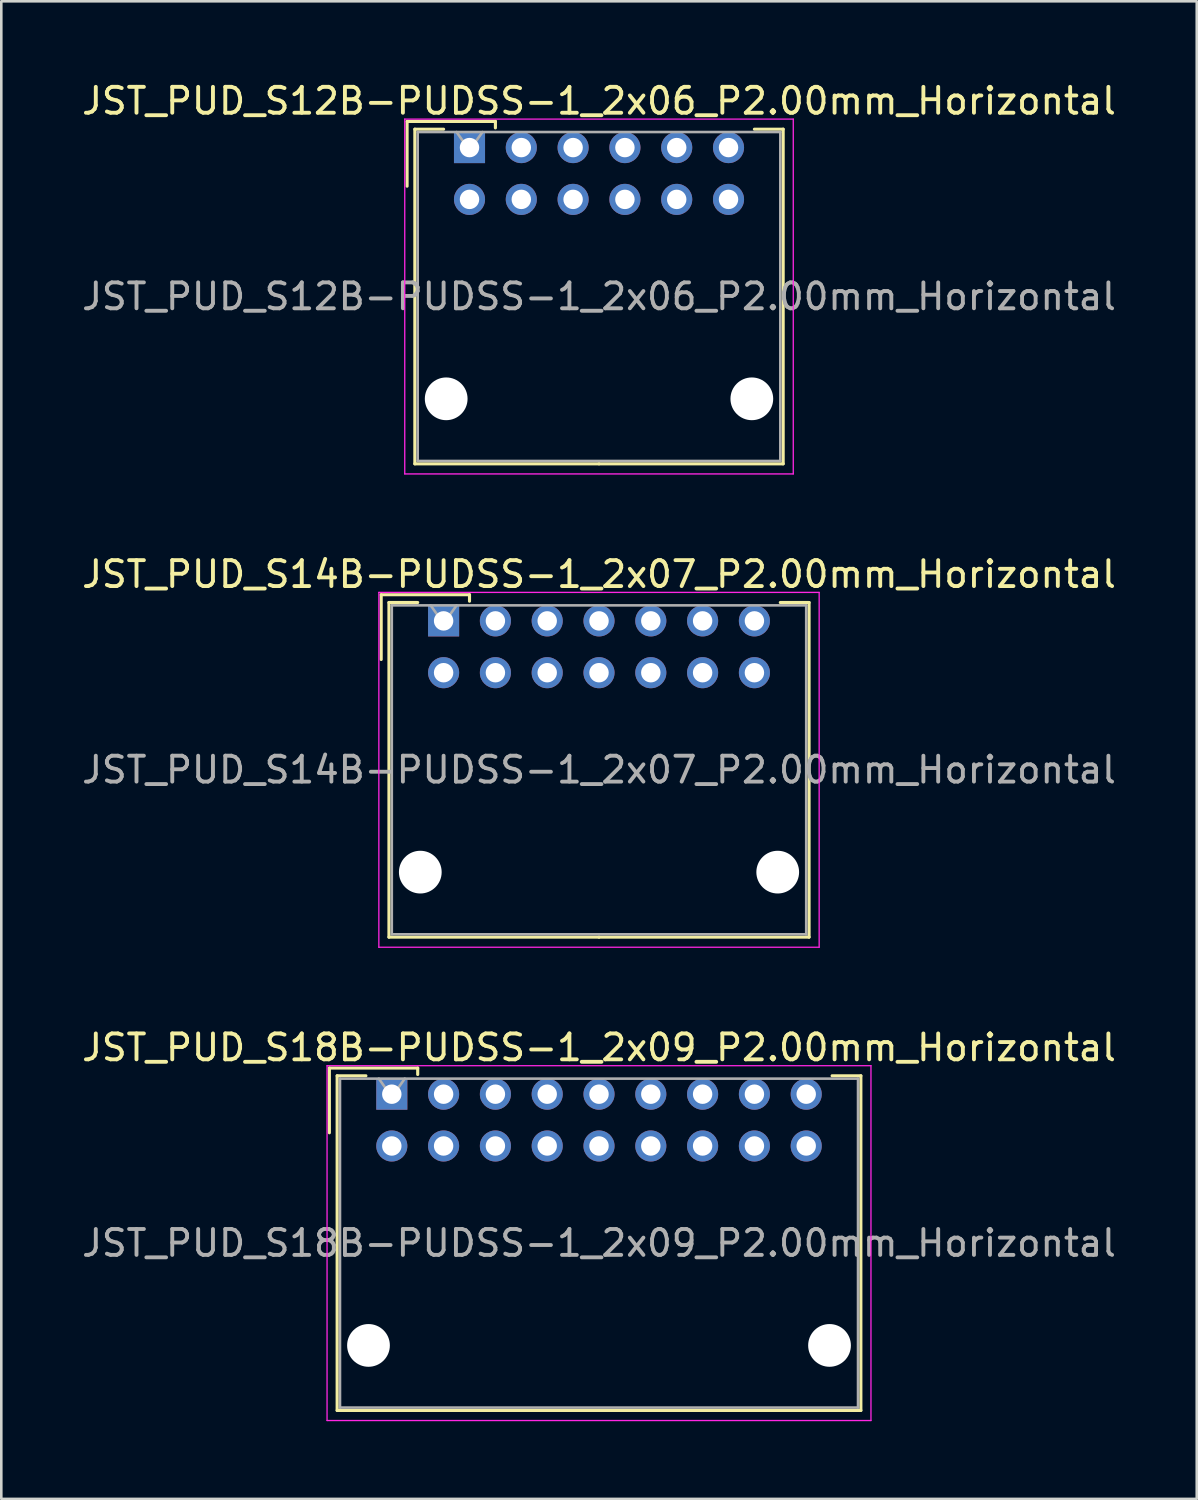
<source format=kicad_pcb>
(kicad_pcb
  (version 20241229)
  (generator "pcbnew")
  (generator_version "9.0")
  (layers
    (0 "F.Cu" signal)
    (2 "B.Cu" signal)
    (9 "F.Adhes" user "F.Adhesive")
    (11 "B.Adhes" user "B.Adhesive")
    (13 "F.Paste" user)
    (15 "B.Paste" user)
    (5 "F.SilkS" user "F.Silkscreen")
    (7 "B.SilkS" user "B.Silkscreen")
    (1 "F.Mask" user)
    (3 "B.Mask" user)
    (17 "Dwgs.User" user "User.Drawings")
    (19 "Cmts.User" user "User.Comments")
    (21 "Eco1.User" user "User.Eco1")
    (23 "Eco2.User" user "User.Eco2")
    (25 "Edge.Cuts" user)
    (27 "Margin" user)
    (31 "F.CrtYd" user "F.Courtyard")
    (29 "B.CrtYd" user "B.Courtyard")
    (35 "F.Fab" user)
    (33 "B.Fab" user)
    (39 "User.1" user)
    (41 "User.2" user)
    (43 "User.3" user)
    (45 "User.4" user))
  (footprint "JST_PUD_S12B-PUDSS-1_2x06_P2.00mm_Horizontal"
    (layer "F.Cu")
    (at 15.077 2.648)
    (property "Reference" "JST_PUD_S12B-PUDSS-1_2x06_P2.00mm_Horizontal" (at 5 -1.8 0) (layer "F.SilkS") (effects (font (size 1 1) (thickness 0.15))))
    (attr through_hole)
    (fp_line (start -2.41 -1.01) (end -2.41 1.49) (stroke (width 0.12) (type solid)) (layer "F.SilkS"))
    (fp_line (start -2.11 -0.71) (end -2.11 12.21) (stroke (width 0.12) (type solid)) (layer "F.SilkS"))
    (fp_line (start -2.11 12.21) (end 5 12.21) (stroke (width 0.12) (type solid)) (layer "F.SilkS"))
    (fp_line (start -1 -0.71) (end -2.11 -0.71) (stroke (width 0.12) (type solid)) (layer "F.SilkS"))
    (fp_line (start 1 -1.01) (end -2.41 -1.01) (stroke (width 0.12) (type solid)) (layer "F.SilkS"))
    (fp_line (start 1 -0.76) (end 1 -1.01) (stroke (width 0.12) (type solid)) (layer "F.SilkS"))
    (fp_line (start 11 -0.71) (end 12.11 -0.71) (stroke (width 0.12) (type solid)) (layer "F.SilkS"))
    (fp_line (start 12.11 -0.71) (end 12.11 12.21) (stroke (width 0.12) (type solid)) (layer "F.SilkS"))
    (fp_line (start 12.11 12.21) (end 5 12.21) (stroke (width 0.12) (type solid)) (layer "F.SilkS"))
    (fp_line (start -2.5 -1.1) (end -2.5 12.6) (stroke (width 0.05) (type solid)) (layer "F.CrtYd"))
    (fp_line (start -2.5 12.6) (end 12.5 12.6) (stroke (width 0.05) (type solid)) (layer "F.CrtYd"))
    (fp_line (start 12.5 -1.1) (end -2.5 -1.1) (stroke (width 0.05) (type solid)) (layer "F.CrtYd"))
    (fp_line (start 12.5 12.6) (end 12.5 -1.1) (stroke (width 0.05) (type solid)) (layer "F.CrtYd"))
    (fp_line (start -2 -0.6) (end -2 12.1) (stroke (width 0.1) (type solid)) (layer "F.Fab"))
    (fp_line (start -2 12.1) (end 12 12.1) (stroke (width 0.1) (type solid)) (layer "F.Fab"))
    (fp_line (start 0 0.107) (end -0.5 -0.6) (stroke (width 0.1) (type solid)) (layer "F.Fab"))
    (fp_line (start 0.5 -0.6) (end 0 0.107) (stroke (width 0.1) (type solid)) (layer "F.Fab"))
    (fp_line (start 12 -0.6) (end -2 -0.6) (stroke (width 0.1) (type solid)) (layer "F.Fab"))
    (fp_line (start 12 12.1) (end 12 -0.6) (stroke (width 0.1) (type solid)) (layer "F.Fab"))
    (fp_text user "${REFERENCE}" (at 5 5.75 0) (layer "F.Fab") (effects (font (size 1 1) (thickness 0.15))))
    (pad "" np_thru_hole circle (at -0.9 9.7) (size 1.65 1.65) (drill 1.65) (layers "*.Cu" "*.Mask"))
    (pad "" np_thru_hole circle (at 10.9 9.7) (size 1.65 1.65) (drill 1.65) (layers "*.Cu" "*.Mask"))
    (pad "1" thru_hole rect (at 0 0) (size 1.2 1.2) (drill 0.75) (layers "*.Cu" "*.Mask"))
    (pad "2" thru_hole oval (at 0 2) (size 1.2 1.2) (drill 0.75) (layers "*.Cu" "*.Mask"))
    (pad "3" thru_hole oval (at 2 0) (size 1.2 1.2) (drill 0.75) (layers "*.Cu" "*.Mask"))
    (pad "4" thru_hole oval (at 2 2) (size 1.2 1.2) (drill 0.75) (layers "*.Cu" "*.Mask"))
    (pad "5" thru_hole oval (at 4 0) (size 1.2 1.2) (drill 0.75) (layers "*.Cu" "*.Mask"))
    (pad "6" thru_hole oval (at 4 2) (size 1.2 1.2) (drill 0.75) (layers "*.Cu" "*.Mask"))
    (pad "7" thru_hole oval (at 6 0) (size 1.2 1.2) (drill 0.75) (layers "*.Cu" "*.Mask"))
    (pad "8" thru_hole oval (at 6 2) (size 1.2 1.2) (drill 0.75) (layers "*.Cu" "*.Mask"))
    (pad "9" thru_hole oval (at 8 0) (size 1.2 1.2) (drill 0.75) (layers "*.Cu" "*.Mask"))
    (pad "10" thru_hole oval (at 8 2) (size 1.2 1.2) (drill 0.75) (layers "*.Cu" "*.Mask"))
    (pad "11" thru_hole oval (at 10 0) (size 1.2 1.2) (drill 0.75) (layers "*.Cu" "*.Mask"))
    (pad "12" thru_hole oval (at 10 2) (size 1.2 1.2) (drill 0.75) (layers "*.Cu" "*.Mask")))
  (footprint "JST_PUD_S18B-PUDSS-1_2x09_P2.00mm_Horizontal"
    (layer "F.Cu")
    (at 12.077 39.195)
    (property "Reference" "JST_PUD_S18B-PUDSS-1_2x09_P2.00mm_Horizontal" (at 8 -1.8 0) (layer "F.SilkS") (effects (font (size 1 1) (thickness 0.15))))
    (attr through_hole)
    (fp_line (start -2.41 -1.01) (end -2.41 1.49) (stroke (width 0.12) (type solid)) (layer "F.SilkS"))
    (fp_line (start -2.11 -0.71) (end -2.11 12.21) (stroke (width 0.12) (type solid)) (layer "F.SilkS"))
    (fp_line (start -2.11 12.21) (end 8 12.21) (stroke (width 0.12) (type solid)) (layer "F.SilkS"))
    (fp_line (start -1 -0.71) (end -2.11 -0.71) (stroke (width 0.12) (type solid)) (layer "F.SilkS"))
    (fp_line (start 1 -1.01) (end -2.41 -1.01) (stroke (width 0.12) (type solid)) (layer "F.SilkS"))
    (fp_line (start 1 -0.76) (end 1 -1.01) (stroke (width 0.12) (type solid)) (layer "F.SilkS"))
    (fp_line (start 17 -0.71) (end 18.11 -0.71) (stroke (width 0.12) (type solid)) (layer "F.SilkS"))
    (fp_line (start 18.11 -0.71) (end 18.11 12.21) (stroke (width 0.12) (type solid)) (layer "F.SilkS"))
    (fp_line (start 18.11 12.21) (end 8 12.21) (stroke (width 0.12) (type solid)) (layer "F.SilkS"))
    (fp_line (start -2.5 -1.1) (end -2.5 12.6) (stroke (width 0.05) (type solid)) (layer "F.CrtYd"))
    (fp_line (start -2.5 12.6) (end 18.5 12.6) (stroke (width 0.05) (type solid)) (layer "F.CrtYd"))
    (fp_line (start 18.5 -1.1) (end -2.5 -1.1) (stroke (width 0.05) (type solid)) (layer "F.CrtYd"))
    (fp_line (start 18.5 12.6) (end 18.5 -1.1) (stroke (width 0.05) (type solid)) (layer "F.CrtYd"))
    (fp_line (start -2 -0.6) (end -2 12.1) (stroke (width 0.1) (type solid)) (layer "F.Fab"))
    (fp_line (start -2 12.1) (end 18 12.1) (stroke (width 0.1) (type solid)) (layer "F.Fab"))
    (fp_line (start 0 0.107) (end -0.5 -0.6) (stroke (width 0.1) (type solid)) (layer "F.Fab"))
    (fp_line (start 0.5 -0.6) (end 0 0.107) (stroke (width 0.1) (type solid)) (layer "F.Fab"))
    (fp_line (start 18 -0.6) (end -2 -0.6) (stroke (width 0.1) (type solid)) (layer "F.Fab"))
    (fp_line (start 18 12.1) (end 18 -0.6) (stroke (width 0.1) (type solid)) (layer "F.Fab"))
    (fp_text user "${REFERENCE}" (at 8 5.75 0) (layer "F.Fab") (effects (font (size 1 1) (thickness 0.15))))
    (pad "" np_thru_hole circle (at -0.9 9.7) (size 1.65 1.65) (drill 1.65) (layers "*.Cu" "*.Mask"))
    (pad "" np_thru_hole circle (at 16.9 9.7) (size 1.65 1.65) (drill 1.65) (layers "*.Cu" "*.Mask"))
    (pad "1" thru_hole rect (at 0 0) (size 1.2 1.2) (drill 0.75) (layers "*.Cu" "*.Mask"))
    (pad "2" thru_hole oval (at 0 2) (size 1.2 1.2) (drill 0.75) (layers "*.Cu" "*.Mask"))
    (pad "3" thru_hole oval (at 2 0) (size 1.2 1.2) (drill 0.75) (layers "*.Cu" "*.Mask"))
    (pad "4" thru_hole oval (at 2 2) (size 1.2 1.2) (drill 0.75) (layers "*.Cu" "*.Mask"))
    (pad "5" thru_hole oval (at 4 0) (size 1.2 1.2) (drill 0.75) (layers "*.Cu" "*.Mask"))
    (pad "6" thru_hole oval (at 4 2) (size 1.2 1.2) (drill 0.75) (layers "*.Cu" "*.Mask"))
    (pad "7" thru_hole oval (at 6 0) (size 1.2 1.2) (drill 0.75) (layers "*.Cu" "*.Mask"))
    (pad "8" thru_hole oval (at 6 2) (size 1.2 1.2) (drill 0.75) (layers "*.Cu" "*.Mask"))
    (pad "9" thru_hole oval (at 8 0) (size 1.2 1.2) (drill 0.75) (layers "*.Cu" "*.Mask"))
    (pad "10" thru_hole oval (at 8 2) (size 1.2 1.2) (drill 0.75) (layers "*.Cu" "*.Mask"))
    (pad "11" thru_hole oval (at 10 0) (size 1.2 1.2) (drill 0.75) (layers "*.Cu" "*.Mask"))
    (pad "12" thru_hole oval (at 10 2) (size 1.2 1.2) (drill 0.75) (layers "*.Cu" "*.Mask"))
    (pad "13" thru_hole oval (at 12 0) (size 1.2 1.2) (drill 0.75) (layers "*.Cu" "*.Mask"))
    (pad "14" thru_hole oval (at 12 2) (size 1.2 1.2) (drill 0.75) (layers "*.Cu" "*.Mask"))
    (pad "15" thru_hole oval (at 14 0) (size 1.2 1.2) (drill 0.75) (layers "*.Cu" "*.Mask"))
    (pad "16" thru_hole oval (at 14 2) (size 1.2 1.2) (drill 0.75) (layers "*.Cu" "*.Mask"))
    (pad "17" thru_hole oval (at 16 0) (size 1.2 1.2) (drill 0.75) (layers "*.Cu" "*.Mask"))
    (pad "18" thru_hole oval (at 16 2) (size 1.2 1.2) (drill 0.75) (layers "*.Cu" "*.Mask")))
  (footprint "JST_PUD_S14B-PUDSS-1_2x07_P2.00mm_Horizontal"
    (layer "F.Cu")
    (at 14.077 20.922)
    (property "Reference" "JST_PUD_S14B-PUDSS-1_2x07_P2.00mm_Horizontal" (at 6 -1.8 0) (layer "F.SilkS") (effects (font (size 1 1) (thickness 0.15))))
    (attr through_hole)
    (fp_line (start -2.41 -1.01) (end -2.41 1.49) (stroke (width 0.12) (type solid)) (layer "F.SilkS"))
    (fp_line (start -2.11 -0.71) (end -2.11 12.21) (stroke (width 0.12) (type solid)) (layer "F.SilkS"))
    (fp_line (start -2.11 12.21) (end 6 12.21) (stroke (width 0.12) (type solid)) (layer "F.SilkS"))
    (fp_line (start -1 -0.71) (end -2.11 -0.71) (stroke (width 0.12) (type solid)) (layer "F.SilkS"))
    (fp_line (start 1 -1.01) (end -2.41 -1.01) (stroke (width 0.12) (type solid)) (layer "F.SilkS"))
    (fp_line (start 1 -0.76) (end 1 -1.01) (stroke (width 0.12) (type solid)) (layer "F.SilkS"))
    (fp_line (start 13 -0.71) (end 14.11 -0.71) (stroke (width 0.12) (type solid)) (layer "F.SilkS"))
    (fp_line (start 14.11 -0.71) (end 14.11 12.21) (stroke (width 0.12) (type solid)) (layer "F.SilkS"))
    (fp_line (start 14.11 12.21) (end 6 12.21) (stroke (width 0.12) (type solid)) (layer "F.SilkS"))
    (fp_line (start -2.5 -1.1) (end -2.5 12.6) (stroke (width 0.05) (type solid)) (layer "F.CrtYd"))
    (fp_line (start -2.5 12.6) (end 14.5 12.6) (stroke (width 0.05) (type solid)) (layer "F.CrtYd"))
    (fp_line (start 14.5 -1.1) (end -2.5 -1.1) (stroke (width 0.05) (type solid)) (layer "F.CrtYd"))
    (fp_line (start 14.5 12.6) (end 14.5 -1.1) (stroke (width 0.05) (type solid)) (layer "F.CrtYd"))
    (fp_line (start -2 -0.6) (end -2 12.1) (stroke (width 0.1) (type solid)) (layer "F.Fab"))
    (fp_line (start -2 12.1) (end 14 12.1) (stroke (width 0.1) (type solid)) (layer "F.Fab"))
    (fp_line (start 0 0.107) (end -0.5 -0.6) (stroke (width 0.1) (type solid)) (layer "F.Fab"))
    (fp_line (start 0.5 -0.6) (end 0 0.107) (stroke (width 0.1) (type solid)) (layer "F.Fab"))
    (fp_line (start 14 -0.6) (end -2 -0.6) (stroke (width 0.1) (type solid)) (layer "F.Fab"))
    (fp_line (start 14 12.1) (end 14 -0.6) (stroke (width 0.1) (type solid)) (layer "F.Fab"))
    (fp_text user "${REFERENCE}" (at 6 5.75 0) (layer "F.Fab") (effects (font (size 1 1) (thickness 0.15))))
    (pad "" np_thru_hole circle (at -0.9 9.7) (size 1.65 1.65) (drill 1.65) (layers "*.Cu" "*.Mask"))
    (pad "" np_thru_hole circle (at 12.9 9.7) (size 1.65 1.65) (drill 1.65) (layers "*.Cu" "*.Mask"))
    (pad "1" thru_hole rect (at 0 0) (size 1.2 1.2) (drill 0.75) (layers "*.Cu" "*.Mask"))
    (pad "2" thru_hole oval (at 0 2) (size 1.2 1.2) (drill 0.75) (layers "*.Cu" "*.Mask"))
    (pad "3" thru_hole oval (at 2 0) (size 1.2 1.2) (drill 0.75) (layers "*.Cu" "*.Mask"))
    (pad "4" thru_hole oval (at 2 2) (size 1.2 1.2) (drill 0.75) (layers "*.Cu" "*.Mask"))
    (pad "5" thru_hole oval (at 4 0) (size 1.2 1.2) (drill 0.75) (layers "*.Cu" "*.Mask"))
    (pad "6" thru_hole oval (at 4 2) (size 1.2 1.2) (drill 0.75) (layers "*.Cu" "*.Mask"))
    (pad "7" thru_hole oval (at 6 0) (size 1.2 1.2) (drill 0.75) (layers "*.Cu" "*.Mask"))
    (pad "8" thru_hole oval (at 6 2) (size 1.2 1.2) (drill 0.75) (layers "*.Cu" "*.Mask"))
    (pad "9" thru_hole oval (at 8 0) (size 1.2 1.2) (drill 0.75) (layers "*.Cu" "*.Mask"))
    (pad "10" thru_hole oval (at 8 2) (size 1.2 1.2) (drill 0.75) (layers "*.Cu" "*.Mask"))
    (pad "11" thru_hole oval (at 10 0) (size 1.2 1.2) (drill 0.75) (layers "*.Cu" "*.Mask"))
    (pad "12" thru_hole oval (at 10 2) (size 1.2 1.2) (drill 0.75) (layers "*.Cu" "*.Mask"))
    (pad "13" thru_hole oval (at 12 0) (size 1.2 1.2) (drill 0.75) (layers "*.Cu" "*.Mask"))
    (pad "14" thru_hole oval (at 12 2) (size 1.2 1.2) (drill 0.75) (layers "*.Cu" "*.Mask")))
  (gr_rect
    (start -3 -3)
    (end 43.155 54.82)
    (stroke (width 0.1) (type default))
    (fill no)
    (layer "Edge.Cuts")))
</source>
